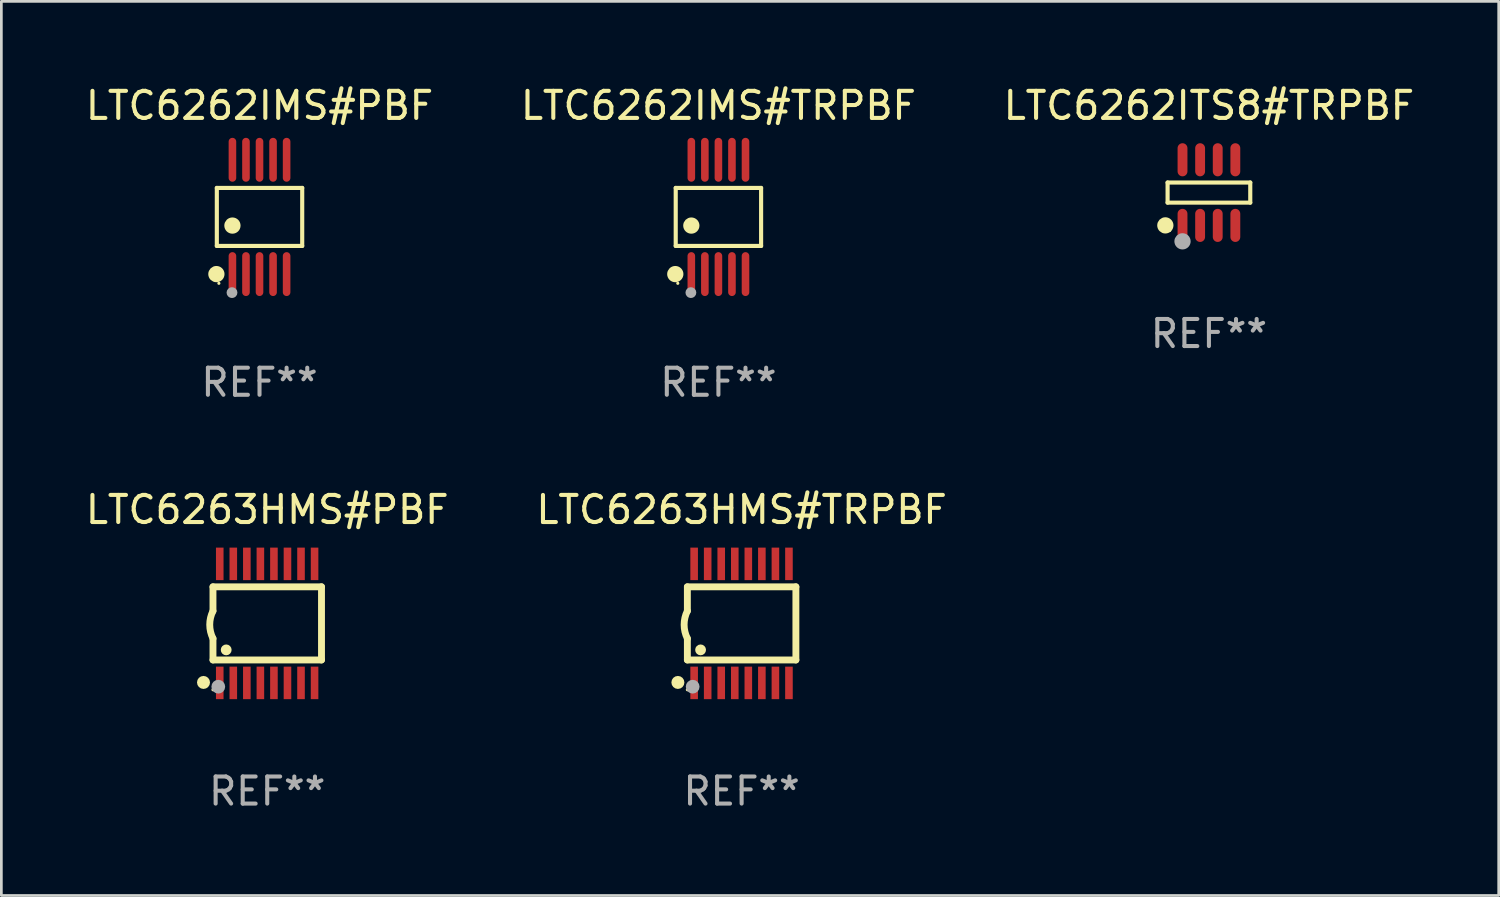
<source format=kicad_pcb>
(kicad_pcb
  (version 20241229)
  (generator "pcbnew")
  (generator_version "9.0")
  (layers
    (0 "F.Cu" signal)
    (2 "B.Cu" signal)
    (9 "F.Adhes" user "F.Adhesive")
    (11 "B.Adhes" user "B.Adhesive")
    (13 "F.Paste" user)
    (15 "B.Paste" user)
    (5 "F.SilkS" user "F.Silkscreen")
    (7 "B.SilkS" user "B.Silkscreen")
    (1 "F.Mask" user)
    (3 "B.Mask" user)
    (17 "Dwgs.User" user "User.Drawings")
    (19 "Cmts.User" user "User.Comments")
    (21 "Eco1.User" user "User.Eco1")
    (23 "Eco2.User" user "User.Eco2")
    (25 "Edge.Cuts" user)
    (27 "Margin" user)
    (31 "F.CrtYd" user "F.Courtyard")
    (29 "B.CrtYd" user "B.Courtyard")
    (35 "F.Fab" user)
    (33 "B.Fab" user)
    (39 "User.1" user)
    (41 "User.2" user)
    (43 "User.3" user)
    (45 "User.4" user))
  (footprint "LTC6262IMS#PBF"
    (layer "F.Cu")
    (at 6.53 4.958)
    (property "Reference" "LTC6262IMS#PBF" (at 0 -4.11 0) (layer "F.SilkS") (effects (font (size 1 1) (thickness 0.15))))
    (attr through_hole)
    (fp_line (start -1.576 -1.071) (end 1.576 -1.071) (stroke (width 0.152) (type solid)) (layer "F.SilkS"))
    (fp_line (start -1.576 1.071) (end -1.576 -1.071) (stroke (width 0.152) (type solid)) (layer "F.SilkS"))
    (fp_line (start 1.576 -1.071) (end 1.576 1.071) (stroke (width 0.152) (type solid)) (layer "F.SilkS"))
    (fp_line (start 1.576 1.071) (end -1.576 1.071) (stroke (width 0.152) (type solid)) (layer "F.SilkS"))
    (fp_circle (center -1.592 2.11) (end -1.442 2.11) (stroke (width 0.3) (type solid)) (fill no) (layer "F.SilkS"))
    (fp_circle (center -1.5 2.45) (end -1.47 2.45) (stroke (width 0.06) (type solid)) (fill no) (layer "F.SilkS"))
    (fp_circle (center -1 0.319) (end -0.85 0.319) (stroke (width 0.3) (type solid)) (fill no) (layer "F.SilkS"))
    (fp_circle (center -1.016 2.794) (end -0.916 2.794) (stroke (width 0.2) (type solid)) (fill no) (layer "F.Fab"))
    (fp_text user "REF**" (at 0 6.11 0) (layer "F.Fab") (effects (font (size 1 1) (thickness 0.15))))
    (pad "1" smd oval (at -1 2.11) (size 0.28 1.62) (layers "F.Cu" "F.Mask" "F.Paste"))
    (pad "2" smd oval (at -0.5 2.11) (size 0.28 1.62) (layers "F.Cu" "F.Mask" "F.Paste"))
    (pad "3" smd oval (at 0 2.11) (size 0.28 1.62) (layers "F.Cu" "F.Mask" "F.Paste"))
    (pad "4" smd oval (at 0.5 2.11) (size 0.28 1.62) (layers "F.Cu" "F.Mask" "F.Paste"))
    (pad "5" smd oval (at 1 2.11) (size 0.28 1.62) (layers "F.Cu" "F.Mask" "F.Paste"))
    (pad "6" smd oval (at 1 -2.11) (size 0.28 1.62) (layers "F.Cu" "F.Mask" "F.Paste"))
    (pad "7" smd oval (at 0.5 -2.11) (size 0.28 1.62) (layers "F.Cu" "F.Mask" "F.Paste"))
    (pad "8" smd oval (at 0 -2.11) (size 0.28 1.62) (layers "F.Cu" "F.Mask" "F.Paste"))
    (pad "9" smd oval (at -0.5 -2.11) (size 0.28 1.62) (layers "F.Cu" "F.Mask" "F.Paste"))
    (pad "10" smd oval (at -1 -2.11) (size 0.28 1.62) (layers "F.Cu" "F.Mask" "F.Paste")))
  (footprint "LTC6263HMS#TRPBF"
    (layer "F.Cu")
    (at 24.327 19.962)
    (property "Reference" "LTC6263HMS#TRPBF" (at 0 -4.197 0) (layer "F.SilkS") (effects (font (size 1 1) (thickness 0.15))))
    (attr through_hole)
    (fp_line (start -2.003 -1.35) (end -2.003 -0.457) (stroke (width 0.254) (type solid)) (layer "F.SilkS"))
    (fp_line (start -2.003 -1.35) (end 2.003 -1.35) (stroke (width 0.254) (type solid)) (layer "F.SilkS"))
    (fp_line (start -2.003 1.35) (end -2.003 0.559) (stroke (width 0.254) (type solid)) (layer "F.SilkS"))
    (fp_line (start -2.003 1.35) (end 2.003 1.35) (stroke (width 0.254) (type solid)) (layer "F.SilkS"))
    (fp_line (start 2.003 -1.35) (end 2.003 1.35) (stroke (width 0.254) (type solid)) (layer "F.SilkS"))
    (fp_arc (start -2.002286 0.558802) (mid -2.122556 0.05092) (end -2.003302 -0.457201) (stroke (width 0.254001) (type solid)) (layer "F.SilkS"))
    (fp_circle (center -2.353 2.18) (end -2.233 2.18) (stroke (width 0.24) (type solid)) (fill no) (layer "F.SilkS"))
    (fp_circle (center -2.003 2.45) (end -1.973 2.45) (stroke (width 0.06) (type solid)) (fill no) (layer "F.SilkS"))
    (fp_circle (center -1.515 0.978) (end -1.415 0.978) (stroke (width 0.2) (type solid)) (fill no) (layer "F.SilkS"))
    (fp_circle (center -1.807 2.337) (end -1.68 2.337) (stroke (width 0.254) (type solid)) (fill no) (layer "F.Fab"))
    (fp_text user "REF**" (at 0 6.197 0) (layer "F.Fab") (effects (font (size 1 1) (thickness 0.15))))
    (pad "1" smd rect (at -1.753 2.197 90) (size 1.2 0.28) (layers "F.Cu" "F.Mask" "F.Paste"))
    (pad "2" smd rect (at -1.253 2.197 90) (size 1.2 0.28) (layers "F.Cu" "F.Mask" "F.Paste"))
    (pad "3" smd rect (at -0.753 2.197 90) (size 1.2 0.28) (layers "F.Cu" "F.Mask" "F.Paste"))
    (pad "4" smd rect (at -0.253 2.197 90) (size 1.2 0.28) (layers "F.Cu" "F.Mask" "F.Paste"))
    (pad "5" smd rect (at 0.247 2.197 90) (size 1.2 0.28) (layers "F.Cu" "F.Mask" "F.Paste"))
    (pad "6" smd rect (at 0.747 2.197 90) (size 1.2 0.28) (layers "F.Cu" "F.Mask" "F.Paste"))
    (pad "7" smd rect (at 1.247 2.197 90) (size 1.2 0.28) (layers "F.Cu" "F.Mask" "F.Paste"))
    (pad "8" smd rect (at 1.747 2.197 90) (size 1.2 0.28) (layers "F.Cu" "F.Mask" "F.Paste"))
    (pad "9" smd rect (at 1.747 -2.197 90) (size 1.2 0.28) (layers "F.Cu" "F.Mask" "F.Paste"))
    (pad "10" smd rect (at 1.247 -2.197 90) (size 1.2 0.28) (layers "F.Cu" "F.Mask" "F.Paste"))
    (pad "11" smd rect (at 0.747 -2.197 90) (size 1.2 0.28) (layers "F.Cu" "F.Mask" "F.Paste"))
    (pad "12" smd rect (at 0.247 -2.197 90) (size 1.2 0.28) (layers "F.Cu" "F.Mask" "F.Paste"))
    (pad "13" smd rect (at -0.253 -2.197 90) (size 1.2 0.28) (layers "F.Cu" "F.Mask" "F.Paste"))
    (pad "14" smd rect (at -0.753 -2.197 90) (size 1.2 0.28) (layers "F.Cu" "F.Mask" "F.Paste"))
    (pad "15" smd rect (at -1.253 -2.197 90) (size 1.2 0.28) (layers "F.Cu" "F.Mask" "F.Paste"))
    (pad "16" smd rect (at -1.753 -2.197 90) (size 1.2 0.28) (layers "F.Cu" "F.Mask" "F.Paste")))
  (footprint "LTC6262IMS#TRPBF"
    (layer "F.Cu")
    (at 23.47 4.958)
    (property "Reference" "LTC6262IMS#TRPBF" (at 0 -4.11 0) (layer "F.SilkS") (effects (font (size 1 1) (thickness 0.15))))
    (attr through_hole)
    (fp_line (start -1.576 -1.071) (end 1.576 -1.071) (stroke (width 0.152) (type solid)) (layer "F.SilkS"))
    (fp_line (start -1.576 1.071) (end -1.576 -1.071) (stroke (width 0.152) (type solid)) (layer "F.SilkS"))
    (fp_line (start 1.576 -1.071) (end 1.576 1.071) (stroke (width 0.152) (type solid)) (layer "F.SilkS"))
    (fp_line (start 1.576 1.071) (end -1.576 1.071) (stroke (width 0.152) (type solid)) (layer "F.SilkS"))
    (fp_circle (center -1.592 2.11) (end -1.442 2.11) (stroke (width 0.3) (type solid)) (fill no) (layer "F.SilkS"))
    (fp_circle (center -1.5 2.45) (end -1.47 2.45) (stroke (width 0.06) (type solid)) (fill no) (layer "F.SilkS"))
    (fp_circle (center -1 0.319) (end -0.85 0.319) (stroke (width 0.3) (type solid)) (fill no) (layer "F.SilkS"))
    (fp_circle (center -1.016 2.794) (end -0.916 2.794) (stroke (width 0.2) (type solid)) (fill no) (layer "F.Fab"))
    (fp_text user "REF**" (at 0 6.11 0) (layer "F.Fab") (effects (font (size 1 1) (thickness 0.15))))
    (pad "1" smd oval (at -1 2.11) (size 0.28 1.62) (layers "F.Cu" "F.Mask" "F.Paste"))
    (pad "2" smd oval (at -0.5 2.11) (size 0.28 1.62) (layers "F.Cu" "F.Mask" "F.Paste"))
    (pad "3" smd oval (at 0 2.11) (size 0.28 1.62) (layers "F.Cu" "F.Mask" "F.Paste"))
    (pad "4" smd oval (at 0.5 2.11) (size 0.28 1.62) (layers "F.Cu" "F.Mask" "F.Paste"))
    (pad "5" smd oval (at 1 2.11) (size 0.28 1.62) (layers "F.Cu" "F.Mask" "F.Paste"))
    (pad "6" smd oval (at 1 -2.11) (size 0.28 1.62) (layers "F.Cu" "F.Mask" "F.Paste"))
    (pad "7" smd oval (at 0.5 -2.11) (size 0.28 1.62) (layers "F.Cu" "F.Mask" "F.Paste"))
    (pad "8" smd oval (at 0 -2.11) (size 0.28 1.62) (layers "F.Cu" "F.Mask" "F.Paste"))
    (pad "9" smd oval (at -0.5 -2.11) (size 0.28 1.62) (layers "F.Cu" "F.Mask" "F.Paste"))
    (pad "10" smd oval (at -1 -2.11) (size 0.28 1.62) (layers "F.Cu" "F.Mask" "F.Paste")))
  (footprint "LTC6262ITS8#TRPBF"
    (layer "F.Cu")
    (at 41.577 4.059)
    (property "Reference" "LTC6262ITS8#TRPBF" (at 0 -3.211 0) (layer "F.SilkS") (effects (font (size 1 1) (thickness 0.15))))
    (attr through_hole)
    (fp_line (start -1.526 -0.371) (end 1.526 -0.371) (stroke (width 0.152) (type solid)) (layer "F.SilkS"))
    (fp_line (start -1.526 0.371) (end -1.526 -0.371) (stroke (width 0.152) (type solid)) (layer "F.SilkS"))
    (fp_line (start 1.526 -0.371) (end 1.526 0.371) (stroke (width 0.152) (type solid)) (layer "F.SilkS"))
    (fp_line (start 1.526 0.371) (end -1.526 0.371) (stroke (width 0.152) (type solid)) (layer "F.SilkS"))
    (fp_circle (center -1.609 1.211) (end -1.459 1.211) (stroke (width 0.3) (type solid)) (fill no) (layer "F.SilkS"))
    (fp_circle (center -1.45 1.4) (end -1.42 1.4) (stroke (width 0.06) (type solid)) (fill no) (layer "F.SilkS"))
    (fp_circle (center -0.975 1.8) (end -0.825 1.8) (stroke (width 0.3) (type solid)) (fill no) (layer "F.Fab"))
    (fp_text user "REF**" (at 0 5.211 0) (layer "F.Fab") (effects (font (size 1 1) (thickness 0.15))))
    (pad "1" smd oval (at -0.975 1.211) (size 0.364 1.222) (layers "F.Cu" "F.Mask" "F.Paste"))
    (pad "2" smd oval (at -0.325 1.211) (size 0.364 1.222) (layers "F.Cu" "F.Mask" "F.Paste"))
    (pad "3" smd oval (at 0.325 1.211) (size 0.364 1.222) (layers "F.Cu" "F.Mask" "F.Paste"))
    (pad "4" smd oval (at 0.975 1.211) (size 0.364 1.222) (layers "F.Cu" "F.Mask" "F.Paste"))
    (pad "5" smd oval (at 0.975 -1.211) (size 0.364 1.222) (layers "F.Cu" "F.Mask" "F.Paste"))
    (pad "6" smd oval (at 0.325 -1.211) (size 0.364 1.222) (layers "F.Cu" "F.Mask" "F.Paste"))
    (pad "7" smd oval (at -0.325 -1.211) (size 0.364 1.222) (layers "F.Cu" "F.Mask" "F.Paste"))
    (pad "8" smd oval (at -0.975 -1.211) (size 0.364 1.222) (layers "F.Cu" "F.Mask" "F.Paste")))
  (footprint "LTC6263HMS#PBF"
    (layer "F.Cu")
    (at 6.815 19.962)
    (property "Reference" "LTC6263HMS#PBF" (at 0 -4.197 0) (layer "F.SilkS") (effects (font (size 1 1) (thickness 0.15))))
    (attr through_hole)
    (fp_line (start -2.003 -1.35) (end -2.003 -0.457) (stroke (width 0.254) (type solid)) (layer "F.SilkS"))
    (fp_line (start -2.003 -1.35) (end 2.003 -1.35) (stroke (width 0.254) (type solid)) (layer "F.SilkS"))
    (fp_line (start -2.003 1.35) (end -2.003 0.559) (stroke (width 0.254) (type solid)) (layer "F.SilkS"))
    (fp_line (start -2.003 1.35) (end 2.003 1.35) (stroke (width 0.254) (type solid)) (layer "F.SilkS"))
    (fp_line (start 2.003 -1.35) (end 2.003 1.35) (stroke (width 0.254) (type solid)) (layer "F.SilkS"))
    (fp_arc (start -2.002286 0.558802) (mid -2.122556 0.05092) (end -2.003302 -0.457201) (stroke (width 0.254001) (type solid)) (layer "F.SilkS"))
    (fp_circle (center -2.353 2.18) (end -2.233 2.18) (stroke (width 0.24) (type solid)) (fill no) (layer "F.SilkS"))
    (fp_circle (center -2.003 2.45) (end -1.973 2.45) (stroke (width 0.06) (type solid)) (fill no) (layer "F.SilkS"))
    (fp_circle (center -1.515 0.978) (end -1.415 0.978) (stroke (width 0.2) (type solid)) (fill no) (layer "F.SilkS"))
    (fp_circle (center -1.807 2.337) (end -1.68 2.337) (stroke (width 0.254) (type solid)) (fill no) (layer "F.Fab"))
    (fp_text user "REF**" (at 0 6.197 0) (layer "F.Fab") (effects (font (size 1 1) (thickness 0.15))))
    (pad "1" smd rect (at -1.753 2.197 90) (size 1.2 0.28) (layers "F.Cu" "F.Mask" "F.Paste"))
    (pad "2" smd rect (at -1.253 2.197 90) (size 1.2 0.28) (layers "F.Cu" "F.Mask" "F.Paste"))
    (pad "3" smd rect (at -0.753 2.197 90) (size 1.2 0.28) (layers "F.Cu" "F.Mask" "F.Paste"))
    (pad "4" smd rect (at -0.253 2.197 90) (size 1.2 0.28) (layers "F.Cu" "F.Mask" "F.Paste"))
    (pad "5" smd rect (at 0.247 2.197 90) (size 1.2 0.28) (layers "F.Cu" "F.Mask" "F.Paste"))
    (pad "6" smd rect (at 0.747 2.197 90) (size 1.2 0.28) (layers "F.Cu" "F.Mask" "F.Paste"))
    (pad "7" smd rect (at 1.247 2.197 90) (size 1.2 0.28) (layers "F.Cu" "F.Mask" "F.Paste"))
    (pad "8" smd rect (at 1.747 2.197 90) (size 1.2 0.28) (layers "F.Cu" "F.Mask" "F.Paste"))
    (pad "9" smd rect (at 1.747 -2.197 90) (size 1.2 0.28) (layers "F.Cu" "F.Mask" "F.Paste"))
    (pad "10" smd rect (at 1.247 -2.197 90) (size 1.2 0.28) (layers "F.Cu" "F.Mask" "F.Paste"))
    (pad "11" smd rect (at 0.747 -2.197 90) (size 1.2 0.28) (layers "F.Cu" "F.Mask" "F.Paste"))
    (pad "12" smd rect (at 0.247 -2.197 90) (size 1.2 0.28) (layers "F.Cu" "F.Mask" "F.Paste"))
    (pad "13" smd rect (at -0.253 -2.197 90) (size 1.2 0.28) (layers "F.Cu" "F.Mask" "F.Paste"))
    (pad "14" smd rect (at -0.753 -2.197 90) (size 1.2 0.28) (layers "F.Cu" "F.Mask" "F.Paste"))
    (pad "15" smd rect (at -1.253 -2.197 90) (size 1.2 0.28) (layers "F.Cu" "F.Mask" "F.Paste"))
    (pad "16" smd rect (at -1.753 -2.197 90) (size 1.2 0.28) (layers "F.Cu" "F.Mask" "F.Paste")))
  (gr_rect
    (start -3 -3)
    (end 52.274 30.007)
    (stroke (width 0.1) (type default))
    (fill no)
    (layer "Edge.Cuts")))
</source>
